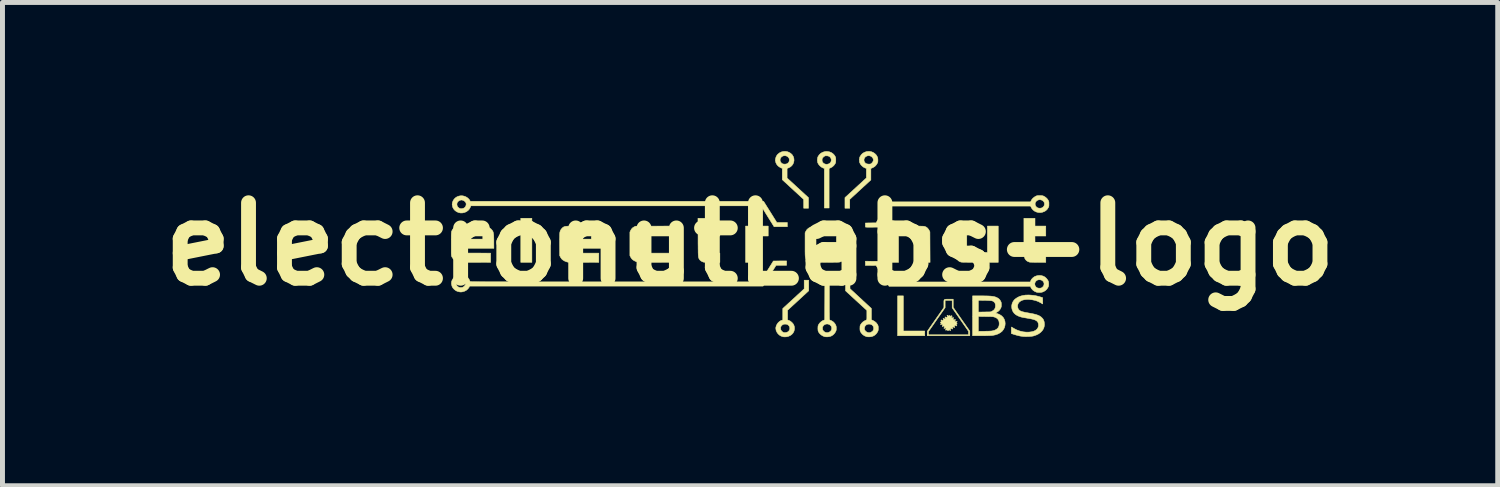
<source format=kicad_pcb>
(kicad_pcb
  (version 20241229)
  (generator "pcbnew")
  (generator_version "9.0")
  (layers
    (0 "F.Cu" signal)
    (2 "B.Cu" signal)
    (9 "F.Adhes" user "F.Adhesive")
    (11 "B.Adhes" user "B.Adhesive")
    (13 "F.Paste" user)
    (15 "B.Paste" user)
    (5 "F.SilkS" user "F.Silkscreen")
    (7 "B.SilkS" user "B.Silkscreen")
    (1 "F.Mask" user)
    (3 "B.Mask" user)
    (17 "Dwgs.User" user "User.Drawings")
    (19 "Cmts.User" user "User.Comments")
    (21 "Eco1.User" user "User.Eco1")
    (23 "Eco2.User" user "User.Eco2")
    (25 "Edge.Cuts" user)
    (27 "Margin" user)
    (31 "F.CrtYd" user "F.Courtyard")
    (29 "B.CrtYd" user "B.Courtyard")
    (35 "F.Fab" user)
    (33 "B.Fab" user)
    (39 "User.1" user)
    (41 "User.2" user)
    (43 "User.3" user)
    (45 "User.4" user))
  (footprint "electronutLabs-logo"
    (layer "F.Cu")
    (at 12.09 1.877)
    (property "Reference" "electronutLabs-logo" (at 0 0 0) (layer "F.SilkS") (effects (font (size 1.524 1.524) (thickness 0.3))))
    (attr through_hole)
    (fp_poly (pts (xy -4.404 0.369) (xy -4.628 0.369) (xy -4.628 -0.522) (xy -4.404 -0.522) (xy -4.404 0.369)) (stroke (width 0.01) (type solid)) (fill yes) (layer "F.SilkS"))
    (fp_poly (pts (xy 3.094 1.754) (xy 3.526 1.754) (xy 3.526 1.85) (xy 2.977 1.85) (xy 2.977 1.045) (xy 3.094 1.045) (xy 3.094 1.754)) (stroke (width 0.01) (type solid)) (fill yes) (layer "F.SilkS"))
    (fp_poly (pts (xy 0.133 -0.343) (xy 0.135 -0.322) (xy 0.162 -0.338) (xy 0.18 -0.348) (xy 0.196 -0.355) (xy 0.212 -0.359) (xy 0.232 -0.362) (xy 0.257 -0.364) (xy 0.289 -0.364) (xy 0.296 -0.364) (xy 0.366 -0.364) (xy 0.366 -0.163) (xy 0.132 -0.163) (xy 0.132 0.369) (xy -0.091 0.369) (xy -0.091 -0.364) (xy 0.132 -0.364) (xy 0.133 -0.343)) (stroke (width 0.01) (type solid)) (fill yes) (layer "F.SilkS"))
    (fp_poly (pts (xy 3.207 -0.364) (xy 3.268 -0.364) (xy 3.321 -0.364) (xy 3.365 -0.364) (xy 3.402 -0.363) (xy 3.433 -0.363) (xy 3.458 -0.362) (xy 3.478 -0.362) (xy 3.494 -0.361) (xy 3.506 -0.36) (xy 3.515 -0.359) (xy 3.522 -0.357) (xy 3.525 -0.357) (xy 3.555 -0.344) (xy 3.582 -0.323) (xy 3.604 -0.296) (xy 3.615 -0.277) (xy 3.63 -0.247) (xy 3.633 0.369) (xy 3.414 0.369) (xy 3.414 -0.163) (xy 2.997 -0.163) (xy 2.997 0.369) (xy 2.774 0.369) (xy 2.774 -0.364) (xy 3.136 -0.364) (xy 3.207 -0.364)) (stroke (width 0.01) (type solid)) (fill yes) (layer "F.SilkS"))
    (fp_poly (pts (xy 4.016 1.112) (xy 4.1 1.112) (xy 4.1 1.195) (xy 4.1 1.277) (xy 4.267 1.517) (xy 4.435 1.756) (xy 4.435 1.85) (xy 3.576 1.85) (xy 3.576 1.764) (xy 3.602 1.764) (xy 3.602 1.831) (xy 4.409 1.831) (xy 4.409 1.761) (xy 4.244 1.524) (xy 4.079 1.287) (xy 4.079 1.136) (xy 3.937 1.136) (xy 3.937 1.283) (xy 3.602 1.764) (xy 3.576 1.764) (xy 3.576 1.76) (xy 3.912 1.279) (xy 3.912 1.205) (xy 3.912 1.174) (xy 3.912 1.15) (xy 3.915 1.134) (xy 3.921 1.123) (xy 3.932 1.116) (xy 3.948 1.113) (xy 3.972 1.112) (xy 4.004 1.112) (xy 4.016 1.112)) (stroke (width 0.01) (type solid)) (fill yes) (layer "F.SilkS"))
    (fp_poly (pts (xy -1.631 -0.163) (xy -2.205 -0.163) (xy -2.205 0.182) (xy -1.57 0.182) (xy -1.57 0.369) (xy -1.906 0.368) (xy -1.964 0.368) (xy -2.02 0.368) (xy -2.072 0.368) (xy -2.12 0.367) (xy -2.163 0.367) (xy -2.199 0.366) (xy -2.229 0.366) (xy -2.25 0.365) (xy -2.263 0.364) (xy -2.265 0.364) (xy -2.292 0.356) (xy -2.322 0.344) (xy -2.351 0.328) (xy -2.371 0.314) (xy -2.387 0.298) (xy -2.402 0.277) (xy -2.409 0.265) (xy -2.426 0.233) (xy -2.426 -0.242) (xy -2.414 -0.27) (xy -2.395 -0.303) (xy -2.369 -0.33) (xy -2.338 -0.349) (xy -2.309 -0.362) (xy -1.97 -0.363) (xy -1.631 -0.364) (xy -1.631 -0.163)) (stroke (width 0.01) (type solid)) (fill yes) (layer "F.SilkS"))
    (fp_poly (pts (xy 5.751 -0.364) (xy 5.969 -0.364) (xy 5.969 -0.163) (xy 5.75 -0.163) (xy 5.752 0.008) (xy 5.753 0.18) (xy 5.969 0.182) (xy 5.969 0.369) (xy 5.813 0.369) (xy 5.773 0.368) (xy 5.736 0.368) (xy 5.704 0.367) (xy 5.676 0.366) (xy 5.656 0.366) (xy 5.644 0.365) (xy 5.641 0.364) (xy 5.606 0.351) (xy 5.577 0.332) (xy 5.555 0.306) (xy 5.548 0.293) (xy 5.544 0.284) (xy 5.541 0.274) (xy 5.538 0.262) (xy 5.536 0.248) (xy 5.534 0.231) (xy 5.532 0.21) (xy 5.531 0.185) (xy 5.53 0.155) (xy 5.529 0.119) (xy 5.528 0.077) (xy 5.528 0.028) (xy 5.527 -0.028) (xy 5.527 -0.093) (xy 5.527 -0.167) (xy 5.527 -0.169) (xy 5.527 -0.522) (xy 5.751 -0.522) (xy 5.751 -0.364)) (stroke (width 0.01) (type solid)) (fill yes) (layer "F.SilkS"))
    (fp_poly (pts (xy -0.828 -0.364) (xy -0.61 -0.364) (xy -0.61 -0.163) (xy -0.828 -0.163) (xy -0.827 0.008) (xy -0.826 0.18) (xy -0.61 0.182) (xy -0.61 0.369) (xy -0.766 0.369) (xy -0.805 0.368) (xy -0.842 0.368) (xy -0.875 0.367) (xy -0.902 0.367) (xy -0.923 0.366) (xy -0.935 0.365) (xy -0.937 0.365) (xy -0.967 0.354) (xy -0.994 0.338) (xy -1.016 0.317) (xy -1.025 0.304) (xy -1.029 0.297) (xy -1.033 0.29) (xy -1.036 0.282) (xy -1.038 0.274) (xy -1.041 0.264) (xy -1.043 0.251) (xy -1.044 0.236) (xy -1.046 0.217) (xy -1.047 0.193) (xy -1.048 0.165) (xy -1.048 0.131) (xy -1.049 0.091) (xy -1.049 0.044) (xy -1.05 -0.011) (xy -1.05 -0.074) (xy -1.05 -0.14) (xy -1.052 -0.522) (xy -0.828 -0.522) (xy -0.828 -0.364)) (stroke (width 0.01) (type solid)) (fill yes) (layer "F.SilkS"))
    (fp_poly (pts (xy 4.374 0.168) (xy 4.79 0.168) (xy 4.79 -0.364) (xy 5.009 -0.364) (xy 5.009 0.369) (xy 4.79 0.369) (xy 4.79 0.347) (xy 4.79 0.335) (xy 4.788 0.327) (xy 4.788 0.326) (xy 4.782 0.328) (xy 4.771 0.335) (xy 4.761 0.341) (xy 4.751 0.348) (xy 4.741 0.353) (xy 4.731 0.358) (xy 4.719 0.361) (xy 4.704 0.364) (xy 4.687 0.366) (xy 4.664 0.367) (xy 4.636 0.368) (xy 4.601 0.368) (xy 4.559 0.369) (xy 4.507 0.369) (xy 4.486 0.369) (xy 4.441 0.368) (xy 4.397 0.368) (xy 4.358 0.367) (xy 4.324 0.367) (xy 4.296 0.366) (xy 4.275 0.365) (xy 4.263 0.364) (xy 4.261 0.364) (xy 4.227 0.352) (xy 4.199 0.332) (xy 4.177 0.303) (xy 4.165 0.28) (xy 4.153 0.252) (xy 4.151 -0.056) (xy 4.15 -0.364) (xy 4.374 -0.364) (xy 4.374 0.168)) (stroke (width 0.01) (type solid)) (fill yes) (layer "F.SilkS"))
    (fp_poly (pts (xy -5.797 -0.974) (xy -5.758 -0.964) (xy -5.721 -0.946) (xy -5.695 -0.927) (xy -5.68 -0.912) (xy -5.666 -0.896) (xy -5.657 -0.883) (xy -5.657 -0.882) (xy -5.647 -0.863) (xy 0.273 -0.863) (xy 0.407 -0.649) (xy 0.54 -0.436) (xy 0.752 -0.436) (xy 0.752 -0.35) (xy 0.618 -0.35) (xy 0.485 -0.35) (xy 0.353 -0.561) (xy 0.222 -0.772) (xy -5.636 -0.772) (xy -5.645 -0.749) (xy -5.664 -0.711) (xy -5.691 -0.68) (xy -5.725 -0.655) (xy -5.764 -0.638) (xy -5.806 -0.629) (xy -5.848 -0.629) (xy -5.887 -0.638) (xy -5.923 -0.654) (xy -5.955 -0.677) (xy -5.981 -0.706) (xy -6.001 -0.741) (xy -6.007 -0.762) (xy -6.013 -0.799) (xy -6.013 -0.803) (xy -5.918 -0.803) (xy -5.913 -0.775) (xy -5.9 -0.75) (xy -5.878 -0.73) (xy -5.857 -0.719) (xy -5.838 -0.715) (xy -5.816 -0.716) (xy -5.793 -0.721) (xy -5.773 -0.729) (xy -5.771 -0.73) (xy -5.751 -0.748) (xy -5.737 -0.772) (xy -5.731 -0.798) (xy -5.733 -0.824) (xy -5.737 -0.835) (xy -5.751 -0.855) (xy -5.771 -0.872) (xy -5.795 -0.884) (xy -5.82 -0.89) (xy -5.839 -0.889) (xy -5.868 -0.879) (xy -5.892 -0.862) (xy -5.909 -0.841) (xy -5.917 -0.815) (xy -5.918 -0.803) (xy -6.013 -0.803) (xy -6.01 -0.835) (xy -5.996 -0.872) (xy -5.995 -0.875) (xy -5.973 -0.909) (xy -5.945 -0.936) (xy -5.912 -0.957) (xy -5.875 -0.97) (xy -5.836 -0.976) (xy -5.797 -0.974)) (stroke (width 0.01) (type solid)) (fill yes) (layer "F.SilkS"))
    (fp_poly (pts (xy 1.184 0.942) (xy 0.757 1.335) (xy 0.757 1.531) (xy 0.782 1.54) (xy 0.806 1.551) (xy 0.83 1.569) (xy 0.853 1.59) (xy 0.871 1.612) (xy 0.875 1.618) (xy 0.891 1.655) (xy 0.897 1.693) (xy 0.894 1.73) (xy 0.884 1.765) (xy 0.865 1.798) (xy 0.839 1.826) (xy 0.806 1.848) (xy 0.768 1.864) (xy 0.735 1.871) (xy 0.701 1.873) (xy 0.67 1.871) (xy 0.663 1.869) (xy 0.624 1.856) (xy 0.59 1.835) (xy 0.562 1.808) (xy 0.54 1.776) (xy 0.525 1.742) (xy 0.52 1.708) (xy 0.615 1.708) (xy 0.622 1.732) (xy 0.636 1.755) (xy 0.657 1.773) (xy 0.676 1.783) (xy 0.696 1.787) (xy 0.72 1.785) (xy 0.745 1.779) (xy 0.762 1.771) (xy 0.783 1.753) (xy 0.796 1.731) (xy 0.802 1.707) (xy 0.8 1.682) (xy 0.791 1.659) (xy 0.775 1.638) (xy 0.753 1.623) (xy 0.745 1.62) (xy 0.727 1.616) (xy 0.704 1.615) (xy 0.683 1.617) (xy 0.666 1.622) (xy 0.642 1.639) (xy 0.625 1.66) (xy 0.616 1.683) (xy 0.615 1.708) (xy 0.52 1.708) (xy 0.519 1.705) (xy 0.52 1.682) (xy 0.529 1.649) (xy 0.545 1.616) (xy 0.566 1.587) (xy 0.593 1.562) (xy 0.622 1.544) (xy 0.646 1.536) (xy 0.66 1.533) (xy 0.66 1.3) (xy 0.876 1.102) (xy 1.092 0.903) (xy 1.092 0.816) (xy 1.092 0.728) (xy 1.184 0.728) (xy 1.184 0.942)) (stroke (width 0.01) (type solid)) (fill yes) (layer "F.SilkS"))
    (fp_poly (pts (xy 0.746 -1.867) (xy 0.783 -1.854) (xy 0.817 -1.834) (xy 0.846 -1.808) (xy 0.855 -1.796) (xy 0.875 -1.761) (xy 0.885 -1.724) (xy 0.887 -1.687) (xy 0.88 -1.65) (xy 0.866 -1.616) (xy 0.844 -1.585) (xy 0.815 -1.559) (xy 0.779 -1.54) (xy 0.775 -1.538) (xy 0.747 -1.527) (xy 0.747 -1.334) (xy 0.963 -1.135) (xy 1.179 -0.937) (xy 1.179 -0.83) (xy 1.179 -0.724) (xy 1.082 -0.724) (xy 1.082 -0.814) (xy 1.081 -0.903) (xy 0.65 -1.3) (xy 0.65 -1.528) (xy 0.618 -1.542) (xy 0.582 -1.563) (xy 0.553 -1.589) (xy 0.531 -1.62) (xy 0.517 -1.654) (xy 0.511 -1.69) (xy 0.512 -1.696) (xy 0.605 -1.696) (xy 0.609 -1.675) (xy 0.619 -1.653) (xy 0.635 -1.635) (xy 0.644 -1.627) (xy 0.665 -1.618) (xy 0.69 -1.614) (xy 0.716 -1.615) (xy 0.74 -1.62) (xy 0.752 -1.626) (xy 0.772 -1.642) (xy 0.785 -1.661) (xy 0.791 -1.684) (xy 0.791 -1.691) (xy 0.792 -1.71) (xy 0.79 -1.723) (xy 0.783 -1.737) (xy 0.781 -1.741) (xy 0.762 -1.762) (xy 0.739 -1.776) (xy 0.712 -1.784) (xy 0.685 -1.784) (xy 0.658 -1.776) (xy 0.635 -1.761) (xy 0.631 -1.758) (xy 0.618 -1.74) (xy 0.608 -1.717) (xy 0.605 -1.696) (xy 0.605 -1.696) (xy 0.512 -1.696) (xy 0.514 -1.727) (xy 0.525 -1.762) (xy 0.544 -1.796) (xy 0.561 -1.815) (xy 0.593 -1.841) (xy 0.629 -1.859) (xy 0.667 -1.869) (xy 0.707 -1.872) (xy 0.746 -1.867)) (stroke (width 0.01) (type solid)) (fill yes) (layer "F.SilkS"))
    (fp_poly (pts (xy -3.383 -0.364) (xy -3.33 -0.364) (xy -3.281 -0.363) (xy -3.239 -0.363) (xy -3.204 -0.362) (xy -3.176 -0.361) (xy -3.158 -0.36) (xy -3.149 -0.359) (xy -3.108 -0.348) (xy -3.07 -0.329) (xy -3.038 -0.304) (xy -3.012 -0.273) (xy -3.004 -0.259) (xy -2.99 -0.232) (xy -2.988 -0.073) (xy -2.986 0.086) (xy -3.622 0.086) (xy -3.622 0.182) (xy -3.053 0.182) (xy -3.053 0.369) (xy -3.357 0.368) (xy -3.412 0.368) (xy -3.465 0.368) (xy -3.514 0.368) (xy -3.559 0.367) (xy -3.598 0.367) (xy -3.631 0.366) (xy -3.657 0.365) (xy -3.675 0.365) (xy -3.682 0.364) (xy -3.71 0.356) (xy -3.74 0.344) (xy -3.768 0.328) (xy -3.788 0.314) (xy -3.804 0.298) (xy -3.819 0.277) (xy -3.826 0.265) (xy -3.843 0.233) (xy -3.845 0.014) (xy -3.845 -0.05) (xy -3.845 -0.106) (xy -3.844 -0.151) (xy -3.844 -0.163) (xy -3.622 -0.163) (xy -3.622 -0.101) (xy -3.205 -0.101) (xy -3.205 -0.163) (xy -3.622 -0.163) (xy -3.844 -0.163) (xy -3.844 -0.188) (xy -3.842 -0.215) (xy -3.841 -0.232) (xy -3.84 -0.236) (xy -3.83 -0.271) (xy -3.812 -0.302) (xy -3.788 -0.328) (xy -3.781 -0.334) (xy -3.772 -0.34) (xy -3.763 -0.346) (xy -3.754 -0.35) (xy -3.743 -0.354) (xy -3.731 -0.357) (xy -3.715 -0.359) (xy -3.696 -0.361) (xy -3.671 -0.362) (xy -3.641 -0.363) (xy -3.604 -0.364) (xy -3.56 -0.364) (xy -3.507 -0.364) (xy -3.446 -0.364) (xy -3.441 -0.364) (xy -3.383 -0.364)) (stroke (width 0.01) (type solid)) (fill yes) (layer "F.SilkS"))
    (fp_poly (pts (xy 2.598 0.347) (xy 2.728 0.556) (xy 2.859 0.764) (xy 5.655 0.764) (xy 5.665 0.739) (xy 5.681 0.71) (xy 5.706 0.683) (xy 5.735 0.661) (xy 5.753 0.651) (xy 5.795 0.637) (xy 5.836 0.632) (xy 5.877 0.635) (xy 5.916 0.646) (xy 5.952 0.665) (xy 5.982 0.692) (xy 6.007 0.725) (xy 6.014 0.737) (xy 6.021 0.753) (xy 6.025 0.769) (xy 6.027 0.787) (xy 6.027 0.805) (xy 6.027 0.827) (xy 6.025 0.843) (xy 6.021 0.857) (xy 6.013 0.873) (xy 6.011 0.878) (xy 5.987 0.913) (xy 5.956 0.941) (xy 5.919 0.962) (xy 5.892 0.971) (xy 5.86 0.976) (xy 5.827 0.977) (xy 5.797 0.974) (xy 5.782 0.971) (xy 5.743 0.954) (xy 5.709 0.93) (xy 5.681 0.899) (xy 5.668 0.876) (xy 5.657 0.853) (xy 2.806 0.853) (xy 2.779 0.81) (xy 5.746 0.81) (xy 5.752 0.836) (xy 5.755 0.842) (xy 5.772 0.866) (xy 5.794 0.882) (xy 5.821 0.889) (xy 5.846 0.89) (xy 5.866 0.888) (xy 5.88 0.884) (xy 5.893 0.876) (xy 5.896 0.874) (xy 5.918 0.853) (xy 5.93 0.828) (xy 5.934 0.802) (xy 5.929 0.777) (xy 5.915 0.753) (xy 5.901 0.739) (xy 5.879 0.726) (xy 5.852 0.72) (xy 5.824 0.72) (xy 5.798 0.727) (xy 5.776 0.742) (xy 5.759 0.762) (xy 5.749 0.785) (xy 5.746 0.81) (xy 2.779 0.81) (xy 2.674 0.642) (xy 2.543 0.432) (xy 2.435 0.431) (xy 2.327 0.431) (xy 2.327 0.345) (xy 2.598 0.347)) (stroke (width 0.01) (type solid)) (fill yes) (layer "F.SilkS"))
    (fp_poly (pts (xy 1.568 -1.869) (xy 1.606 -1.861) (xy 1.641 -1.847) (xy 1.673 -1.825) (xy 1.7 -1.797) (xy 1.718 -1.769) (xy 1.723 -1.757) (xy 1.727 -1.745) (xy 1.729 -1.73) (xy 1.73 -1.71) (xy 1.73 -1.697) (xy 1.729 -1.673) (xy 1.728 -1.656) (xy 1.726 -1.644) (xy 1.722 -1.633) (xy 1.715 -1.621) (xy 1.691 -1.587) (xy 1.66 -1.559) (xy 1.626 -1.54) (xy 1.595 -1.526) (xy 1.595 -1.127) (xy 1.595 -0.728) (xy 1.499 -0.728) (xy 1.499 -1.527) (xy 1.47 -1.538) (xy 1.437 -1.556) (xy 1.407 -1.581) (xy 1.383 -1.61) (xy 1.374 -1.626) (xy 1.366 -1.642) (xy 1.362 -1.656) (xy 1.36 -1.672) (xy 1.359 -1.693) (xy 1.359 -1.697) (xy 1.453 -1.697) (xy 1.455 -1.676) (xy 1.46 -1.66) (xy 1.46 -1.659) (xy 1.478 -1.636) (xy 1.502 -1.62) (xy 1.529 -1.612) (xy 1.558 -1.612) (xy 1.588 -1.62) (xy 1.589 -1.62) (xy 1.612 -1.636) (xy 1.629 -1.655) (xy 1.637 -1.678) (xy 1.639 -1.702) (xy 1.634 -1.725) (xy 1.623 -1.746) (xy 1.606 -1.764) (xy 1.583 -1.776) (xy 1.557 -1.782) (xy 1.539 -1.782) (xy 1.523 -1.782) (xy 1.517 -1.781) (xy 1.502 -1.774) (xy 1.486 -1.763) (xy 1.471 -1.748) (xy 1.46 -1.734) (xy 1.455 -1.718) (xy 1.453 -1.697) (xy 1.359 -1.697) (xy 1.359 -1.699) (xy 1.36 -1.722) (xy 1.362 -1.738) (xy 1.366 -1.753) (xy 1.372 -1.767) (xy 1.373 -1.769) (xy 1.396 -1.803) (xy 1.424 -1.83) (xy 1.457 -1.85) (xy 1.492 -1.863) (xy 1.53 -1.87) (xy 1.568 -1.869)) (stroke (width 0.01) (type solid)) (fill yes) (layer "F.SilkS"))
    (fp_poly (pts (xy 2.443 -1.866) (xy 2.481 -1.852) (xy 2.515 -1.83) (xy 2.544 -1.802) (xy 2.56 -1.777) (xy 2.569 -1.76) (xy 2.575 -1.745) (xy 2.578 -1.728) (xy 2.58 -1.706) (xy 2.58 -1.683) (xy 2.579 -1.665) (xy 2.575 -1.649) (xy 2.571 -1.638) (xy 2.553 -1.607) (xy 2.529 -1.578) (xy 2.499 -1.555) (xy 2.471 -1.54) (xy 2.438 -1.527) (xy 2.438 -1.295) (xy 2.225 -1.099) (xy 2.012 -0.903) (xy 2.012 -0.814) (xy 2.012 -0.724) (xy 1.915 -0.724) (xy 1.915 -0.938) (xy 2.131 -1.136) (xy 2.347 -1.335) (xy 2.347 -1.527) (xy 2.319 -1.538) (xy 2.286 -1.555) (xy 2.256 -1.58) (xy 2.231 -1.609) (xy 2.224 -1.622) (xy 2.216 -1.637) (xy 2.211 -1.649) (xy 2.208 -1.662) (xy 2.207 -1.679) (xy 2.207 -1.697) (xy 2.207 -1.704) (xy 2.299 -1.704) (xy 2.301 -1.678) (xy 2.313 -1.652) (xy 2.331 -1.632) (xy 2.355 -1.62) (xy 2.387 -1.615) (xy 2.396 -1.615) (xy 2.416 -1.615) (xy 2.429 -1.617) (xy 2.439 -1.621) (xy 2.449 -1.628) (xy 2.452 -1.631) (xy 2.469 -1.649) (xy 2.482 -1.671) (xy 2.489 -1.693) (xy 2.489 -1.699) (xy 2.484 -1.724) (xy 2.471 -1.746) (xy 2.451 -1.766) (xy 2.425 -1.779) (xy 2.414 -1.782) (xy 2.387 -1.785) (xy 2.361 -1.779) (xy 2.337 -1.767) (xy 2.318 -1.75) (xy 2.305 -1.728) (xy 2.299 -1.704) (xy 2.207 -1.704) (xy 2.208 -1.72) (xy 2.209 -1.737) (xy 2.213 -1.75) (xy 2.218 -1.764) (xy 2.221 -1.768) (xy 2.244 -1.804) (xy 2.274 -1.833) (xy 2.311 -1.854) (xy 2.353 -1.868) (xy 2.361 -1.869) (xy 2.402 -1.872) (xy 2.443 -1.866)) (stroke (width 0.01) (type solid)) (fill yes) (layer "F.SilkS"))
    (fp_poly (pts (xy 2.017 0.9) (xy 2.449 1.3) (xy 2.449 1.528) (xy 2.481 1.542) (xy 2.517 1.563) (xy 2.548 1.59) (xy 2.571 1.621) (xy 2.575 1.628) (xy 2.582 1.644) (xy 2.586 1.658) (xy 2.588 1.675) (xy 2.588 1.697) (xy 2.588 1.699) (xy 2.588 1.721) (xy 2.586 1.737) (xy 2.583 1.751) (xy 2.576 1.765) (xy 2.572 1.774) (xy 2.548 1.809) (xy 2.518 1.837) (xy 2.483 1.857) (xy 2.442 1.869) (xy 2.41 1.872) (xy 2.384 1.872) (xy 2.361 1.87) (xy 2.349 1.867) (xy 2.307 1.85) (xy 2.272 1.825) (xy 2.244 1.794) (xy 2.231 1.773) (xy 2.225 1.76) (xy 2.221 1.747) (xy 2.218 1.733) (xy 2.218 1.714) (xy 2.217 1.699) (xy 2.218 1.693) (xy 2.308 1.693) (xy 2.309 1.719) (xy 2.321 1.744) (xy 2.335 1.761) (xy 2.36 1.778) (xy 2.388 1.786) (xy 2.417 1.786) (xy 2.437 1.78) (xy 2.464 1.765) (xy 2.483 1.745) (xy 2.493 1.72) (xy 2.495 1.702) (xy 2.491 1.673) (xy 2.479 1.649) (xy 2.46 1.631) (xy 2.435 1.619) (xy 2.418 1.616) (xy 2.384 1.616) (xy 2.356 1.624) (xy 2.334 1.64) (xy 2.317 1.663) (xy 2.316 1.665) (xy 2.308 1.693) (xy 2.218 1.693) (xy 2.218 1.675) (xy 2.219 1.658) (xy 2.222 1.645) (xy 2.227 1.633) (xy 2.23 1.627) (xy 2.251 1.597) (xy 2.28 1.569) (xy 2.314 1.547) (xy 2.348 1.532) (xy 2.351 1.53) (xy 2.354 1.526) (xy 2.355 1.519) (xy 2.356 1.508) (xy 2.357 1.49) (xy 2.357 1.465) (xy 2.357 1.434) (xy 2.357 1.338) (xy 2.141 1.14) (xy 1.926 0.942) (xy 1.926 0.835) (xy 1.925 0.728) (xy 2.017 0.728) (xy 2.017 0.9)) (stroke (width 0.01) (type solid)) (fill yes) (layer "F.SilkS"))
    (fp_poly (pts (xy 1.6 1.129) (xy 1.6 1.2) (xy 1.6 1.262) (xy 1.6 1.316) (xy 1.6 1.363) (xy 1.601 1.402) (xy 1.601 1.434) (xy 1.601 1.461) (xy 1.602 1.482) (xy 1.602 1.499) (xy 1.603 1.511) (xy 1.604 1.52) (xy 1.605 1.526) (xy 1.606 1.529) (xy 1.608 1.531) (xy 1.609 1.532) (xy 1.65 1.55) (xy 1.685 1.574) (xy 1.712 1.605) (xy 1.723 1.624) (xy 1.731 1.64) (xy 1.736 1.654) (xy 1.739 1.668) (xy 1.74 1.687) (xy 1.74 1.699) (xy 1.74 1.721) (xy 1.738 1.737) (xy 1.734 1.751) (xy 1.728 1.765) (xy 1.723 1.774) (xy 1.701 1.807) (xy 1.672 1.835) (xy 1.639 1.855) (xy 1.627 1.86) (xy 1.597 1.868) (xy 1.564 1.872) (xy 1.532 1.872) (xy 1.504 1.868) (xy 1.503 1.868) (xy 1.467 1.853) (xy 1.433 1.832) (xy 1.404 1.805) (xy 1.382 1.774) (xy 1.38 1.769) (xy 1.375 1.756) (xy 1.371 1.742) (xy 1.37 1.725) (xy 1.369 1.703) (xy 1.46 1.703) (xy 1.465 1.728) (xy 1.479 1.751) (xy 1.5 1.77) (xy 1.516 1.779) (xy 1.538 1.786) (xy 1.558 1.787) (xy 1.581 1.783) (xy 1.608 1.771) (xy 1.628 1.754) (xy 1.642 1.732) (xy 1.648 1.707) (xy 1.647 1.682) (xy 1.637 1.657) (xy 1.621 1.638) (xy 1.597 1.622) (xy 1.57 1.613) (xy 1.542 1.613) (xy 1.514 1.62) (xy 1.49 1.636) (xy 1.475 1.653) (xy 1.463 1.677) (xy 1.46 1.703) (xy 1.369 1.703) (xy 1.369 1.7) (xy 1.369 1.699) (xy 1.37 1.675) (xy 1.371 1.658) (xy 1.374 1.645) (xy 1.379 1.632) (xy 1.382 1.627) (xy 1.398 1.602) (xy 1.42 1.578) (xy 1.445 1.558) (xy 1.47 1.543) (xy 1.478 1.54) (xy 1.506 1.53) (xy 1.508 1.129) (xy 1.509 0.728) (xy 1.6 0.728) (xy 1.6 1.129)) (stroke (width 0.01) (type solid)) (fill yes) (layer "F.SilkS"))
    (fp_poly (pts (xy -5.573 -0.364) (xy -5.519 -0.364) (xy -5.471 -0.363) (xy -5.428 -0.363) (xy -5.393 -0.362) (xy -5.366 -0.361) (xy -5.347 -0.36) (xy -5.339 -0.359) (xy -5.299 -0.348) (xy -5.262 -0.33) (xy -5.23 -0.306) (xy -5.205 -0.278) (xy -5.194 -0.262) (xy -5.188 -0.248) (xy -5.183 -0.232) (xy -5.179 -0.213) (xy -5.176 -0.19) (xy -5.174 -0.162) (xy -5.173 -0.127) (xy -5.172 -0.085) (xy -5.172 -0.04) (xy -5.171 0.086) (xy -5.812 0.086) (xy -5.81 0.133) (xy -5.809 0.18) (xy -5.237 0.182) (xy -5.237 0.369) (xy -5.544 0.368) (xy -5.599 0.368) (xy -5.652 0.368) (xy -5.702 0.368) (xy -5.747 0.367) (xy -5.787 0.367) (xy -5.82 0.366) (xy -5.846 0.365) (xy -5.864 0.364) (xy -5.872 0.364) (xy -5.909 0.353) (xy -5.943 0.336) (xy -5.975 0.313) (xy -6.001 0.287) (xy -6.019 0.259) (xy -6.021 0.255) (xy -6.024 0.248) (xy -6.026 0.242) (xy -6.028 0.235) (xy -6.029 0.227) (xy -6.03 0.215) (xy -6.031 0.201) (xy -6.032 0.182) (xy -6.032 0.158) (xy -6.032 0.128) (xy -6.032 0.091) (xy -6.032 0.046) (xy -6.032 -0.002) (xy -6.032 -0.056) (xy -6.032 -0.101) (xy -6.032 -0.139) (xy -6.032 -0.163) (xy -5.812 -0.163) (xy -5.812 -0.101) (xy -5.395 -0.101) (xy -5.395 -0.163) (xy -5.812 -0.163) (xy -6.032 -0.163) (xy -6.032 -0.169) (xy -6.031 -0.194) (xy -6.03 -0.213) (xy -6.029 -0.228) (xy -6.028 -0.239) (xy -6.027 -0.248) (xy -6.025 -0.256) (xy -6.024 -0.259) (xy -6.008 -0.292) (xy -5.986 -0.32) (xy -5.965 -0.337) (xy -5.956 -0.343) (xy -5.947 -0.348) (xy -5.938 -0.352) (xy -5.928 -0.355) (xy -5.915 -0.358) (xy -5.899 -0.36) (xy -5.879 -0.362) (xy -5.855 -0.363) (xy -5.824 -0.363) (xy -5.787 -0.364) (xy -5.742 -0.364) (xy -5.688 -0.364) (xy -5.631 -0.364) (xy -5.573 -0.364)) (stroke (width 0.01) (type solid)) (fill yes) (layer "F.SilkS"))
    (fp_poly (pts (xy 5.872 -0.98) (xy 5.89 -0.979) (xy 5.904 -0.976) (xy 5.917 -0.972) (xy 5.93 -0.967) (xy 5.962 -0.947) (xy 5.991 -0.922) (xy 6.013 -0.893) (xy 6.019 -0.882) (xy 6.026 -0.868) (xy 6.03 -0.855) (xy 6.032 -0.84) (xy 6.032 -0.819) (xy 6.032 -0.808) (xy 6.032 -0.784) (xy 6.031 -0.768) (xy 6.028 -0.756) (xy 6.023 -0.744) (xy 6.018 -0.734) (xy 5.995 -0.7) (xy 5.967 -0.674) (xy 5.94 -0.658) (xy 5.9 -0.643) (xy 5.859 -0.636) (xy 5.818 -0.638) (xy 5.779 -0.648) (xy 5.743 -0.665) (xy 5.712 -0.689) (xy 5.687 -0.719) (xy 5.676 -0.737) (xy 5.662 -0.767) (xy 4.262 -0.767) (xy 2.863 -0.767) (xy 2.73 -0.555) (xy 2.597 -0.343) (xy 2.465 -0.341) (xy 2.43 -0.341) (xy 2.398 -0.341) (xy 2.37 -0.341) (xy 2.349 -0.342) (xy 2.335 -0.343) (xy 2.33 -0.343) (xy 2.329 -0.349) (xy 2.327 -0.363) (xy 2.327 -0.38) (xy 2.327 -0.386) (xy 2.327 -0.426) (xy 2.435 -0.428) (xy 2.542 -0.429) (xy 2.675 -0.641) (xy 2.783 -0.815) (xy 5.753 -0.815) (xy 5.756 -0.788) (xy 5.769 -0.762) (xy 5.771 -0.76) (xy 5.789 -0.741) (xy 5.814 -0.729) (xy 5.842 -0.724) (xy 5.87 -0.726) (xy 5.893 -0.733) (xy 5.916 -0.749) (xy 5.932 -0.77) (xy 5.941 -0.793) (xy 5.942 -0.818) (xy 5.936 -0.842) (xy 5.922 -0.864) (xy 5.901 -0.881) (xy 5.892 -0.886) (xy 5.861 -0.895) (xy 5.832 -0.895) (xy 5.804 -0.886) (xy 5.78 -0.869) (xy 5.777 -0.866) (xy 5.76 -0.841) (xy 5.753 -0.815) (xy 2.783 -0.815) (xy 2.807 -0.853) (xy 4.235 -0.853) (xy 5.663 -0.853) (xy 5.673 -0.877) (xy 5.689 -0.903) (xy 5.711 -0.928) (xy 5.739 -0.95) (xy 5.763 -0.965) (xy 5.778 -0.972) (xy 5.79 -0.976) (xy 5.803 -0.979) (xy 5.82 -0.98) (xy 5.843 -0.98) (xy 5.847 -0.98) (xy 5.872 -0.98)) (stroke (width 0.01) (type solid)) (fill yes) (layer "F.SilkS"))
    (fp_poly (pts (xy 1.631 -0.364) (xy 1.685 -0.364) (xy 1.731 -0.364) (xy 1.769 -0.363) (xy 1.801 -0.362) (xy 1.826 -0.361) (xy 1.847 -0.359) (xy 1.863 -0.357) (xy 1.876 -0.353) (xy 1.887 -0.349) (xy 1.896 -0.344) (xy 1.904 -0.338) (xy 1.912 -0.33) (xy 1.919 -0.323) (xy 1.935 -0.306) (xy 1.946 -0.289) (xy 1.954 -0.269) (xy 1.956 -0.265) (xy 1.958 -0.257) (xy 1.96 -0.249) (xy 1.962 -0.241) (xy 1.963 -0.231) (xy 1.964 -0.218) (xy 1.965 -0.201) (xy 1.965 -0.18) (xy 1.965 -0.154) (xy 1.965 -0.122) (xy 1.965 -0.082) (xy 1.965 -0.034) (xy 1.965 0.005) (xy 1.963 0.242) (xy 1.95 0.266) (xy 1.928 0.296) (xy 1.898 0.323) (xy 1.862 0.344) (xy 1.822 0.359) (xy 1.801 0.364) (xy 1.79 0.365) (xy 1.77 0.366) (xy 1.742 0.367) (xy 1.708 0.367) (xy 1.669 0.368) (xy 1.625 0.368) (xy 1.579 0.368) (xy 1.531 0.369) (xy 1.482 0.369) (xy 1.434 0.368) (xy 1.388 0.368) (xy 1.345 0.368) (xy 1.307 0.367) (xy 1.273 0.367) (xy 1.247 0.366) (xy 1.228 0.365) (xy 1.218 0.364) (xy 1.218 0.364) (xy 1.182 0.351) (xy 1.153 0.332) (xy 1.131 0.305) (xy 1.119 0.281) (xy 1.117 0.274) (xy 1.115 0.267) (xy 1.114 0.258) (xy 1.113 0.246) (xy 1.112 0.23) (xy 1.111 0.21) (xy 1.111 0.185) (xy 1.11 0.154) (xy 1.11 0.115) (xy 1.11 0.069) (xy 1.11 0.014) (xy 1.11 -0.163) (xy 1.331 -0.163) (xy 1.331 0.182) (xy 1.742 0.182) (xy 1.742 -0.163) (xy 1.331 -0.163) (xy 1.11 -0.163) (xy 1.11 -0.228) (xy 1.125 -0.258) (xy 1.146 -0.291) (xy 1.176 -0.319) (xy 1.212 -0.341) (xy 1.253 -0.356) (xy 1.27 -0.359) (xy 1.281 -0.36) (xy 1.301 -0.361) (xy 1.33 -0.362) (xy 1.367 -0.363) (xy 1.41 -0.363) (xy 1.46 -0.364) (xy 1.515 -0.364) (xy 1.567 -0.364) (xy 1.631 -0.364)) (stroke (width 0.01) (type solid)) (fill yes) (layer "F.SilkS"))
    (fp_poly (pts (xy 4.642 1.045) (xy 4.705 1.045) (xy 4.759 1.046) (xy 4.805 1.047) (xy 4.844 1.049) (xy 4.877 1.052) (xy 4.905 1.056) (xy 4.93 1.061) (xy 4.951 1.067) (xy 4.971 1.075) (xy 4.984 1.081) (xy 5.015 1.099) (xy 5.039 1.122) (xy 5.056 1.149) (xy 5.064 1.165) (xy 5.069 1.179) (xy 5.071 1.193) (xy 5.072 1.212) (xy 5.072 1.224) (xy 5.072 1.247) (xy 5.07 1.265) (xy 5.065 1.279) (xy 5.059 1.294) (xy 5.04 1.326) (xy 5.015 1.352) (xy 4.985 1.373) (xy 4.972 1.382) (xy 4.962 1.389) (xy 4.959 1.392) (xy 4.964 1.394) (xy 4.977 1.399) (xy 4.993 1.404) (xy 4.994 1.404) (xy 5.039 1.423) (xy 5.077 1.448) (xy 5.108 1.479) (xy 5.13 1.516) (xy 5.144 1.556) (xy 5.149 1.6) (xy 5.146 1.639) (xy 5.135 1.684) (xy 5.114 1.724) (xy 5.086 1.76) (xy 5.049 1.789) (xy 5.006 1.813) (xy 4.955 1.831) (xy 4.897 1.843) (xy 4.878 1.845) (xy 4.859 1.846) (xy 4.833 1.847) (xy 4.799 1.848) (xy 4.761 1.849) (xy 4.719 1.85) (xy 4.676 1.85) (xy 4.658 1.85) (xy 4.491 1.85) (xy 4.491 1.759) (xy 4.608 1.759) (xy 4.728 1.759) (xy 4.779 1.758) (xy 4.822 1.757) (xy 4.856 1.755) (xy 4.881 1.753) (xy 4.887 1.752) (xy 4.931 1.741) (xy 4.967 1.724) (xy 4.995 1.702) (xy 5.015 1.675) (xy 5.026 1.641) (xy 5.029 1.61) (xy 5.026 1.571) (xy 5.017 1.54) (xy 5 1.514) (xy 4.976 1.493) (xy 4.944 1.477) (xy 4.94 1.476) (xy 4.931 1.473) (xy 4.922 1.47) (xy 4.912 1.468) (xy 4.9 1.466) (xy 4.883 1.465) (xy 4.862 1.464) (xy 4.835 1.464) (xy 4.8 1.463) (xy 4.759 1.463) (xy 4.608 1.461) (xy 4.608 1.759) (xy 4.491 1.759) (xy 4.491 1.372) (xy 4.608 1.372) (xy 4.731 1.37) (xy 4.854 1.368) (xy 4.883 1.355) (xy 4.912 1.337) (xy 4.933 1.316) (xy 4.946 1.29) (xy 4.952 1.258) (xy 4.953 1.242) (xy 4.95 1.212) (xy 4.942 1.189) (xy 4.927 1.17) (xy 4.924 1.168) (xy 4.914 1.16) (xy 4.903 1.153) (xy 4.891 1.148) (xy 4.876 1.144) (xy 4.856 1.142) (xy 4.83 1.14) (xy 4.798 1.138) (xy 4.757 1.137) (xy 4.736 1.137) (xy 4.608 1.135) (xy 4.608 1.372) (xy 4.491 1.372) (xy 4.491 1.045) (xy 4.642 1.045)) (stroke (width 0.01) (type solid)) (fill yes) (layer "F.SilkS"))
    (fp_poly (pts (xy 0.737 0.427) (xy 0.526 0.427) (xy 0.394 0.637) (xy 0.262 0.848) (xy -5.659 0.848) (xy -5.671 0.871) (xy -5.694 0.902) (xy -5.723 0.929) (xy -5.759 0.949) (xy -5.799 0.962) (xy -5.806 0.963) (xy -5.824 0.966) (xy -5.838 0.967) (xy -5.851 0.966) (xy -5.867 0.964) (xy -5.878 0.961) (xy -5.91 0.953) (xy -5.938 0.94) (xy -5.963 0.921) (xy -5.975 0.911) (xy -6 0.883) (xy -6.016 0.853) (xy -6.025 0.818) (xy -6.027 0.79) (xy -6.026 0.786) (xy -5.932 0.786) (xy -5.93 0.811) (xy -5.92 0.834) (xy -5.903 0.855) (xy -5.882 0.869) (xy -5.863 0.875) (xy -5.839 0.877) (xy -5.816 0.875) (xy -5.797 0.87) (xy -5.797 0.87) (xy -5.782 0.86) (xy -5.766 0.846) (xy -5.754 0.83) (xy -5.747 0.817) (xy -5.746 0.805) (xy -5.746 0.788) (xy -5.747 0.781) (xy -5.754 0.755) (xy -5.769 0.734) (xy -5.789 0.718) (xy -5.814 0.708) (xy -5.841 0.705) (xy -5.869 0.71) (xy -5.893 0.721) (xy -5.914 0.739) (xy -5.927 0.761) (xy -5.932 0.786) (xy -6.026 0.786) (xy -6.026 0.77) (xy -6.024 0.755) (xy -6.019 0.74) (xy -6.011 0.722) (xy -6.008 0.717) (xy -5.988 0.686) (xy -5.964 0.662) (xy -5.934 0.642) (xy -5.918 0.634) (xy -5.904 0.627) (xy -5.891 0.624) (xy -5.876 0.622) (xy -5.856 0.621) (xy -5.839 0.621) (xy -5.814 0.621) (xy -5.796 0.622) (xy -5.782 0.625) (xy -5.768 0.63) (xy -5.76 0.633) (xy -5.739 0.644) (xy -5.718 0.658) (xy -5.708 0.666) (xy -5.694 0.68) (xy -5.68 0.699) (xy -5.668 0.718) (xy -5.659 0.736) (xy -5.654 0.75) (xy -5.654 0.753) (xy -5.654 0.754) (xy -5.653 0.754) (xy -5.651 0.755) (xy -5.649 0.755) (xy -5.645 0.756) (xy -5.639 0.756) (xy -5.632 0.757) (xy -5.623 0.757) (xy -5.611 0.758) (xy -5.597 0.758) (xy -5.58 0.758) (xy -5.56 0.759) (xy -5.537 0.759) (xy -5.511 0.759) (xy -5.48 0.76) (xy -5.446 0.76) (xy -5.407 0.76) (xy -5.364 0.76) (xy -5.317 0.761) (xy -5.264 0.761) (xy -5.206 0.761) (xy -5.143 0.761) (xy -5.074 0.761) (xy -4.999 0.761) (xy -4.917 0.761) (xy -4.83 0.762) (xy -4.736 0.762) (xy -4.634 0.762) (xy -4.526 0.762) (xy -4.41 0.762) (xy -4.287 0.762) (xy -4.156 0.762) (xy -4.016 0.762) (xy -3.869 0.762) (xy -3.712 0.762) (xy -3.547 0.762) (xy -3.373 0.762) (xy -3.189 0.762) (xy -2.996 0.762) (xy -2.793 0.762) (xy -2.723 0.762) (xy 0.207 0.762) (xy 0.339 0.551) (xy 0.47 0.341) (xy 0.603 0.34) (xy 0.737 0.34) (xy 0.737 0.427)) (stroke (width 0.01) (type solid)) (fill yes) (layer "F.SilkS"))
    (fp_poly (pts (xy 5.67 1.03) (xy 5.721 1.035) (xy 5.766 1.042) (xy 5.809 1.052) (xy 5.852 1.064) (xy 5.857 1.066) (xy 5.905 1.081) (xy 5.907 1.144) (xy 5.907 1.168) (xy 5.907 1.187) (xy 5.907 1.201) (xy 5.906 1.207) (xy 5.906 1.208) (xy 5.901 1.205) (xy 5.89 1.199) (xy 5.875 1.19) (xy 5.874 1.189) (xy 5.819 1.16) (xy 5.759 1.138) (xy 5.694 1.124) (xy 5.633 1.118) (xy 5.581 1.118) (xy 5.538 1.122) (xy 5.5 1.131) (xy 5.467 1.146) (xy 5.443 1.162) (xy 5.421 1.184) (xy 5.407 1.211) (xy 5.4 1.241) (xy 5.401 1.271) (xy 5.409 1.3) (xy 5.425 1.325) (xy 5.43 1.329) (xy 5.441 1.339) (xy 5.454 1.348) (xy 5.47 1.355) (xy 5.49 1.363) (xy 5.515 1.369) (xy 5.548 1.377) (xy 5.587 1.384) (xy 5.631 1.392) (xy 5.686 1.402) (xy 5.733 1.412) (xy 5.771 1.422) (xy 5.804 1.433) (xy 5.831 1.444) (xy 5.855 1.458) (xy 5.876 1.473) (xy 5.885 1.482) (xy 5.907 1.504) (xy 5.923 1.53) (xy 5.934 1.56) (xy 5.939 1.586) (xy 5.942 1.63) (xy 5.935 1.672) (xy 5.92 1.712) (xy 5.896 1.749) (xy 5.864 1.782) (xy 5.825 1.811) (xy 5.779 1.834) (xy 5.727 1.852) (xy 5.718 1.855) (xy 5.688 1.86) (xy 5.652 1.864) (xy 5.611 1.866) (xy 5.57 1.867) (xy 5.532 1.866) (xy 5.509 1.864) (xy 5.452 1.856) (xy 5.391 1.842) (xy 5.333 1.825) (xy 5.323 1.822) (xy 5.273 1.805) (xy 5.273 1.738) (xy 5.273 1.714) (xy 5.274 1.695) (xy 5.275 1.681) (xy 5.276 1.674) (xy 5.277 1.673) (xy 5.283 1.677) (xy 5.295 1.684) (xy 5.311 1.694) (xy 5.318 1.699) (xy 5.38 1.731) (xy 5.445 1.755) (xy 5.514 1.771) (xy 5.576 1.777) (xy 5.632 1.776) (xy 5.681 1.77) (xy 5.724 1.759) (xy 5.76 1.742) (xy 5.788 1.72) (xy 5.808 1.693) (xy 5.819 1.662) (xy 5.822 1.636) (xy 5.818 1.603) (xy 5.808 1.576) (xy 5.79 1.555) (xy 5.763 1.537) (xy 5.761 1.536) (xy 5.744 1.529) (xy 5.727 1.523) (xy 5.706 1.517) (xy 5.68 1.511) (xy 5.647 1.505) (xy 5.607 1.498) (xy 5.593 1.495) (xy 5.55 1.488) (xy 5.515 1.482) (xy 5.487 1.476) (xy 5.464 1.47) (xy 5.443 1.464) (xy 5.424 1.456) (xy 5.407 1.449) (xy 5.365 1.426) (xy 5.332 1.398) (xy 5.307 1.364) (xy 5.29 1.325) (xy 5.283 1.295) (xy 5.28 1.251) (xy 5.287 1.208) (xy 5.303 1.168) (xy 5.327 1.132) (xy 5.348 1.111) (xy 5.392 1.08) (xy 5.442 1.055) (xy 5.498 1.039) (xy 5.559 1.029) (xy 5.626 1.027) (xy 5.67 1.03)) (stroke (width 0.01) (type solid)) (fill yes) (layer "F.SilkS"))
    (fp_poly (pts (xy 3.989 1.438) (xy 3.993 1.443) (xy 4 1.45) (xy 4.006 1.451) (xy 4.014 1.446) (xy 4.024 1.441) (xy 4.031 1.443) (xy 4.038 1.449) (xy 4.046 1.455) (xy 4.051 1.455) (xy 4.059 1.45) (xy 4.067 1.444) (xy 4.072 1.445) (xy 4.074 1.448) (xy 4.079 1.457) (xy 4.076 1.462) (xy 4.072 1.463) (xy 4.065 1.47) (xy 4.066 1.479) (xy 4.072 1.486) (xy 4.08 1.49) (xy 4.09 1.486) (xy 4.09 1.486) (xy 4.1 1.483) (xy 4.107 1.486) (xy 4.111 1.491) (xy 4.108 1.496) (xy 4.103 1.5) (xy 4.092 1.509) (xy 4.104 1.521) (xy 4.113 1.529) (xy 4.119 1.53) (xy 4.125 1.526) (xy 4.126 1.526) (xy 4.134 1.52) (xy 4.14 1.522) (xy 4.143 1.525) (xy 4.149 1.531) (xy 4.145 1.536) (xy 4.141 1.538) (xy 4.132 1.544) (xy 4.131 1.55) (xy 4.138 1.56) (xy 4.144 1.566) (xy 4.152 1.565) (xy 4.158 1.562) (xy 4.169 1.558) (xy 4.175 1.56) (xy 4.177 1.562) (xy 4.18 1.568) (xy 4.175 1.573) (xy 4.172 1.575) (xy 4.161 1.583) (xy 4.171 1.596) (xy 4.181 1.61) (xy 4.171 1.615) (xy 4.162 1.622) (xy 4.162 1.631) (xy 4.169 1.64) (xy 4.174 1.646) (xy 4.173 1.65) (xy 4.169 1.651) (xy 4.158 1.651) (xy 4.15 1.646) (xy 4.142 1.64) (xy 4.137 1.641) (xy 4.129 1.648) (xy 4.122 1.655) (xy 4.122 1.661) (xy 4.127 1.667) (xy 4.132 1.674) (xy 4.131 1.679) (xy 4.127 1.682) (xy 4.12 1.686) (xy 4.114 1.682) (xy 4.111 1.679) (xy 4.104 1.672) (xy 4.099 1.671) (xy 4.09 1.677) (xy 4.09 1.677) (xy 4.081 1.684) (xy 4.08 1.689) (xy 4.086 1.696) (xy 4.087 1.696) (xy 4.093 1.704) (xy 4.092 1.709) (xy 4.089 1.711) (xy 4.079 1.715) (xy 4.073 1.712) (xy 4.071 1.709) (xy 4.064 1.702) (xy 4.055 1.704) (xy 4.046 1.711) (xy 4.04 1.719) (xy 4.041 1.724) (xy 4.046 1.729) (xy 4.051 1.737) (xy 4.049 1.742) (xy 4.046 1.744) (xy 4.04 1.747) (xy 4.033 1.743) (xy 4.03 1.74) (xy 4.021 1.729) (xy 4.008 1.739) (xy 3.995 1.749) (xy 3.984 1.739) (xy 3.975 1.732) (xy 3.967 1.733) (xy 3.962 1.735) (xy 3.951 1.738) (xy 3.944 1.734) (xy 3.945 1.726) (xy 3.95 1.721) (xy 3.956 1.713) (xy 3.954 1.706) (xy 3.952 1.703) (xy 3.946 1.695) (xy 3.944 1.692) (xy 3.939 1.693) (xy 3.93 1.698) (xy 3.929 1.698) (xy 3.92 1.704) (xy 3.916 1.703) (xy 3.913 1.699) (xy 3.914 1.69) (xy 3.919 1.683) (xy 3.924 1.676) (xy 3.922 1.669) (xy 3.919 1.664) (xy 3.908 1.655) (xy 3.898 1.655) (xy 3.891 1.661) (xy 3.885 1.666) (xy 3.881 1.663) (xy 3.88 1.661) (xy 3.879 1.651) (xy 3.883 1.644) (xy 3.888 1.637) (xy 3.887 1.631) (xy 3.883 1.625) (xy 3.876 1.618) (xy 3.87 1.618) (xy 3.863 1.622) (xy 3.854 1.626) (xy 3.848 1.625) (xy 3.846 1.623) (xy 3.844 1.616) (xy 3.85 1.608) (xy 3.851 1.608) (xy 3.861 1.599) (xy 3.85 1.588) (xy 3.84 1.578) (xy 3.854 1.568) (xy 3.863 1.561) (xy 3.865 1.556) (xy 3.86 1.55) (xy 3.859 1.548) (xy 3.852 1.54) (xy 3.854 1.533) (xy 3.855 1.533) (xy 3.861 1.53) (xy 3.87 1.535) (xy 3.881 1.542) (xy 3.89 1.541) (xy 3.898 1.534) (xy 3.904 1.527) (xy 3.901 1.519) (xy 3.899 1.516) (xy 3.895 1.507) (xy 3.898 1.501) (xy 3.903 1.498) (xy 3.91 1.502) (xy 3.914 1.504) (xy 3.922 1.511) (xy 3.928 1.511) (xy 3.937 1.505) (xy 3.945 1.498) (xy 3.946 1.493) (xy 3.94 1.486) (xy 3.94 1.486) (xy 3.933 1.478) (xy 3.934 1.473) (xy 3.937 1.471) (xy 3.947 1.471) (xy 3.953 1.474) (xy 3.962 1.48) (xy 3.971 1.479) (xy 3.979 1.473) (xy 3.985 1.466) (xy 3.983 1.461) (xy 3.98 1.456) (xy 3.974 1.448) (xy 3.976 1.442) (xy 3.978 1.44) (xy 3.983 1.435) (xy 3.989 1.438)) (stroke (width 0.01) (type solid)) (fill yes) (layer "F.SilkS")))
  (gr_rect
    (start -3 -3)
    (end 27.181 6.755)
    (stroke (width 0.1) (type default))
    (fill no)
    (layer "Edge.Cuts")))
</source>
